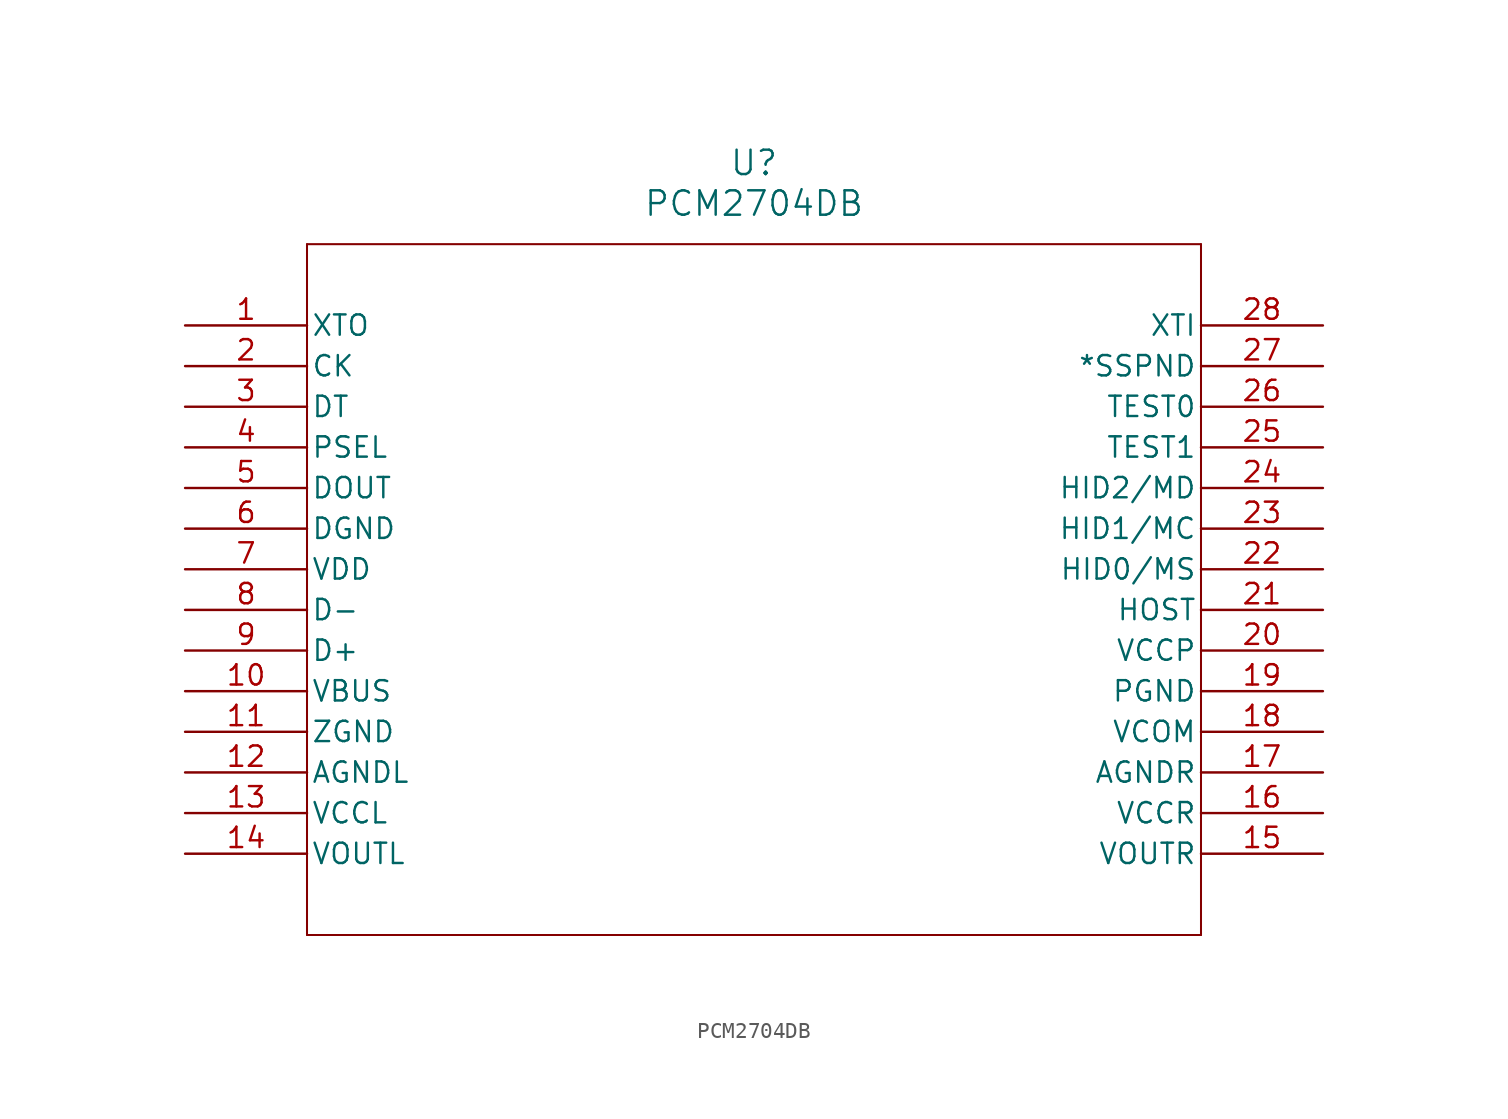
<source format=kicad_sym>
(kicad_symbol_lib
  (version 20211014)
  (generator kicad_symbol_editor)
  (symbol "PCM2704DB"
    (pin_names
      (offset 0.254))
    (property "Reference" "U"
      (at 35.56 10.16 0)
      (effects (font (size 1.524 1.524))))
    (property "Value" "PCM2704DB"
      (at 35.56 7.62 0)
      (effects (font (size 1.524 1.524))))
    (symbol "PCM2704DB_0_1"
      (polyline (pts (xy 7.62 5.08) (xy 7.62 -38.1)) (stroke (width 0.127) (type default) (color 0 0 0 0)) (fill (type none)))
      (polyline (pts (xy 7.62 -38.1) (xy 63.5 -38.1)) (stroke (width 0.127) (type default) (color 0 0 0 0)) (fill (type none)))
      (polyline (pts (xy 63.5 -38.1) (xy 63.5 5.08)) (stroke (width 0.127) (type default) (color 0 0 0 0)) (fill (type none)))
      (polyline (pts (xy 63.5 5.08) (xy 7.62 5.08)) (stroke (width 0.127) (type default) (color 0 0 0 0)) (fill (type none)))
      (pin output line (at 0 0 0) (length 7.62) (name "XTO" (effects (font (size 1.27 1.27)))) (number "1" (effects (font (size 1.27 1.27)))))
      (pin output line (at 0 -2.54 0) (length 7.62) (name "CK" (effects (font (size 1.27 1.27)))) (number "2" (effects (font (size 1.27 1.27)))))
      (pin bidirectional line (at 0 -5.08 0) (length 7.62) (name "DT" (effects (font (size 1.27 1.27)))) (number "3" (effects (font (size 1.27 1.27)))))
      (pin input line (at 0 -7.62 0) (length 7.62) (name "PSEL" (effects (font (size 1.27 1.27)))) (number "4" (effects (font (size 1.27 1.27)))))
      (pin output line (at 0 -10.16 0) (length 7.62) (name "DOUT" (effects (font (size 1.27 1.27)))) (number "5" (effects (font (size 1.27 1.27)))))
      (pin power_in line (at 0 -12.7 0) (length 7.62) (name "DGND" (effects (font (size 1.27 1.27)))) (number "6" (effects (font (size 1.27 1.27)))))
      (pin power_in line (at 0 -15.24 0) (length 7.62) (name "VDD" (effects (font (size 1.27 1.27)))) (number "7" (effects (font (size 1.27 1.27)))))
      (pin bidirectional line (at 0 -17.78 0) (length 7.62) (name "D-" (effects (font (size 1.27 1.27)))) (number "8" (effects (font (size 1.27 1.27)))))
      (pin bidirectional line (at 0 -20.32 0) (length 7.62) (name "D+" (effects (font (size 1.27 1.27)))) (number "9" (effects (font (size 1.27 1.27)))))
      (pin power_in line (at 0 -22.86 0) (length 7.62) (name "VBUS" (effects (font (size 1.27 1.27)))) (number "10" (effects (font (size 1.27 1.27)))))
      (pin power_in line (at 0 -25.4 0) (length 7.62) (name "ZGND" (effects (font (size 1.27 1.27)))) (number "11" (effects (font (size 1.27 1.27)))))
      (pin power_in line (at 0 -27.94 0) (length 7.62) (name "AGNDL" (effects (font (size 1.27 1.27)))) (number "12" (effects (font (size 1.27 1.27)))))
      (pin power_in line (at 0 -30.48 0) (length 7.62) (name "VCCL" (effects (font (size 1.27 1.27)))) (number "13" (effects (font (size 1.27 1.27)))))
      (pin output line (at 0 -33.02 0) (length 7.62) (name "VOUTL" (effects (font (size 1.27 1.27)))) (number "14" (effects (font (size 1.27 1.27)))))
      (pin output line (at 71.12 -33.02 180) (length 7.62) (name "VOUTR" (effects (font (size 1.27 1.27)))) (number "15" (effects (font (size 1.27 1.27)))))
      (pin power_in line (at 71.12 -30.48 180) (length 7.62) (name "VCCR" (effects (font (size 1.27 1.27)))) (number "16" (effects (font (size 1.27 1.27)))))
      (pin power_in line (at 71.12 -27.94 180) (length 7.62) (name "AGNDR" (effects (font (size 1.27 1.27)))) (number "17" (effects (font (size 1.27 1.27)))))
      (pin power_in line (at 71.12 -25.4 180) (length 7.62) (name "VCOM" (effects (font (size 1.27 1.27)))) (number "18" (effects (font (size 1.27 1.27)))))
      (pin power_in line (at 71.12 -22.86 180) (length 7.62) (name "PGND" (effects (font (size 1.27 1.27)))) (number "19" (effects (font (size 1.27 1.27)))))
      (pin power_in line (at 71.12 -20.32 180) (length 7.62) (name "VCCP" (effects (font (size 1.27 1.27)))) (number "20" (effects (font (size 1.27 1.27)))))
      (pin input line (at 71.12 -17.78 180) (length 7.62) (name "HOST" (effects (font (size 1.27 1.27)))) (number "21" (effects (font (size 1.27 1.27)))))
      (pin input line (at 71.12 -15.24 180) (length 7.62) (name "HID0/MS" (effects (font (size 1.27 1.27)))) (number "22" (effects (font (size 1.27 1.27)))))
      (pin input line (at 71.12 -12.7 180) (length 7.62) (name "HID1/MC" (effects (font (size 1.27 1.27)))) (number "23" (effects (font (size 1.27 1.27)))))
      (pin input line (at 71.12 -10.16 180) (length 7.62) (name "HID2/MD" (effects (font (size 1.27 1.27)))) (number "24" (effects (font (size 1.27 1.27)))))
      (pin input line (at 71.12 -7.62 180) (length 7.62) (name "TEST1" (effects (font (size 1.27 1.27)))) (number "25" (effects (font (size 1.27 1.27)))))
      (pin input line (at 71.12 -5.08 180) (length 7.62) (name "TEST0" (effects (font (size 1.27 1.27)))) (number "26" (effects (font (size 1.27 1.27)))))
      (pin output line (at 71.12 -2.54 180) (length 7.62) (name "*SSPND" (effects (font (size 1.27 1.27)))) (number "27" (effects (font (size 1.27 1.27)))))
      (pin input line (at 71.12 0 180) (length 7.62) (name "XTI" (effects (font (size 1.27 1.27)))) (number "28" (effects (font (size 1.27 1.27))))))))
</source>
